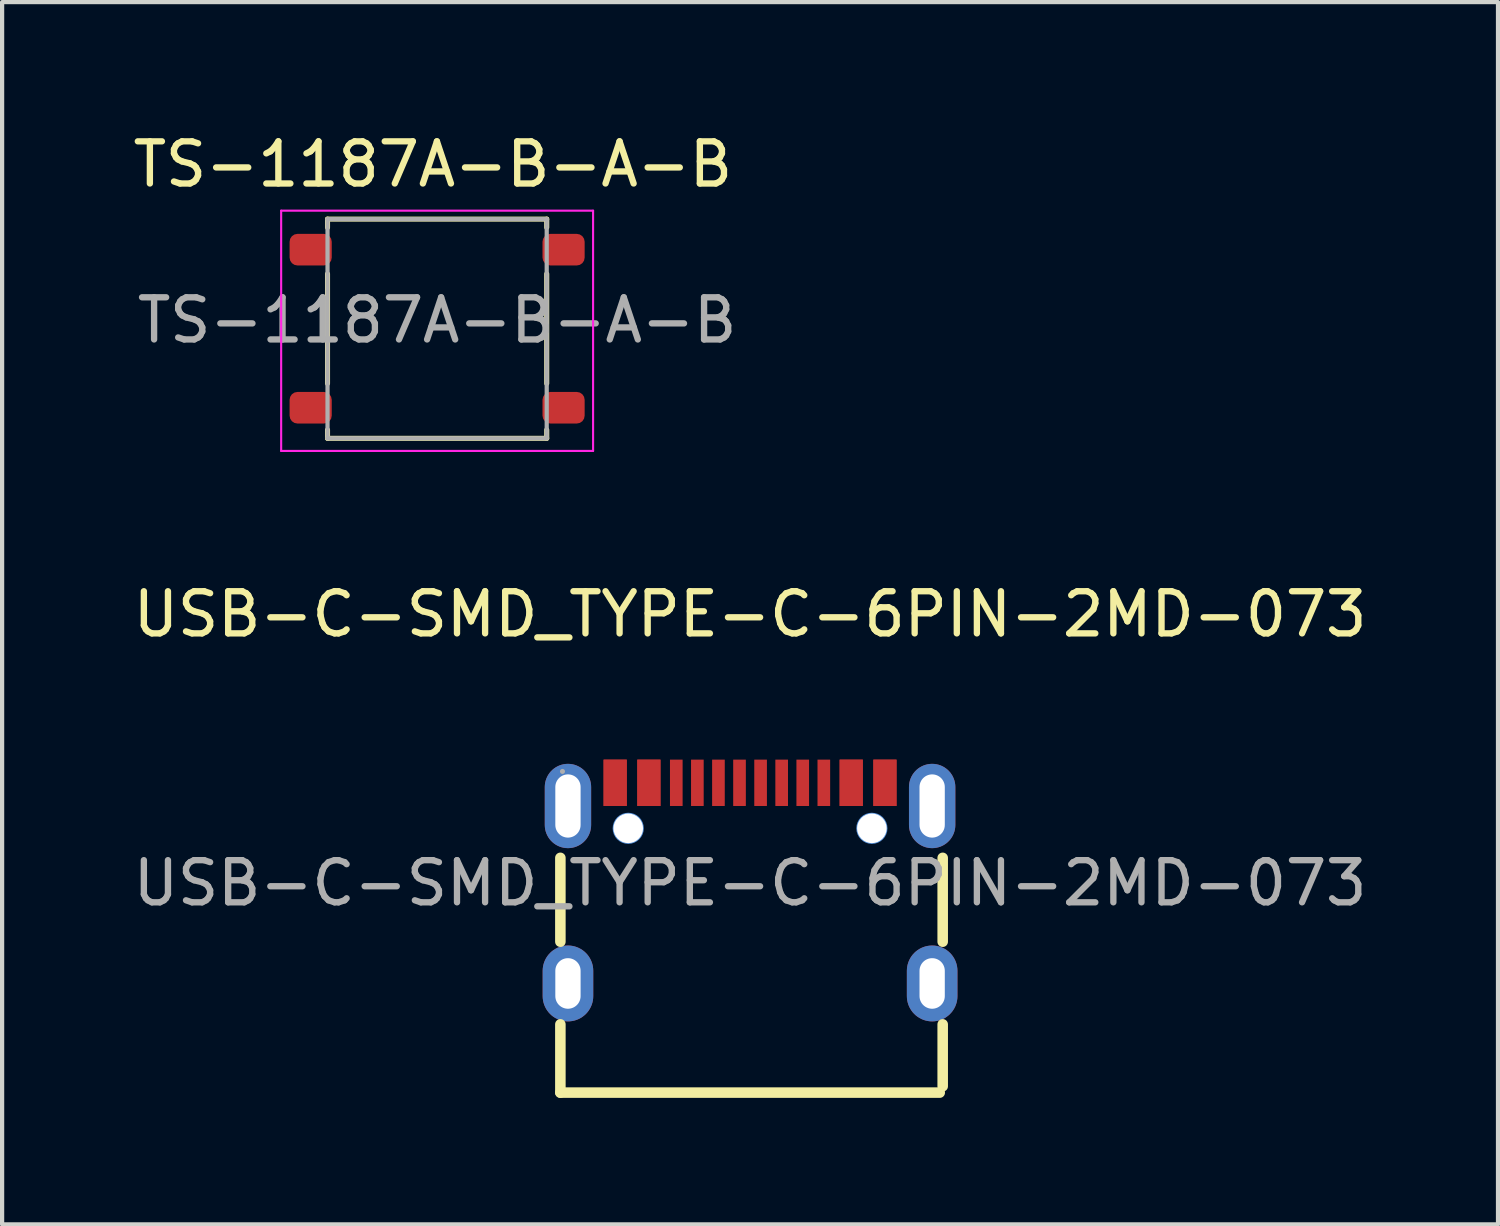
<source format=kicad_pcb>
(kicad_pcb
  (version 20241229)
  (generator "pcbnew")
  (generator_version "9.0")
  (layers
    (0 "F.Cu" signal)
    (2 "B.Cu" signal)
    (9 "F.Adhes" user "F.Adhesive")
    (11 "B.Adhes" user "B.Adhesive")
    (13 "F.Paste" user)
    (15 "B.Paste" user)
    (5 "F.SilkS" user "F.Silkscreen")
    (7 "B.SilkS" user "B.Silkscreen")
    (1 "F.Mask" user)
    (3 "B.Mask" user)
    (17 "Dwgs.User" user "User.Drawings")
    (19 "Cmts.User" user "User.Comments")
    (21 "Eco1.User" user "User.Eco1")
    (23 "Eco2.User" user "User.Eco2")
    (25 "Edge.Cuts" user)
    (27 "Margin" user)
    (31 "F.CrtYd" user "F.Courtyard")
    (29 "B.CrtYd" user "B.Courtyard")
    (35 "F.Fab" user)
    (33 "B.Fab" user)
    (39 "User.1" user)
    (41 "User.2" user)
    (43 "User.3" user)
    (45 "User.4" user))
  (footprint "USB-C-SMD_TYPE-C-6PIN-2MD-073"
    (layer "F.Cu")
    (at 14.744 17.901)
    (property "Reference" "USB-C-SMD_TYPE-C-6PIN-2MD-073" (at 0 -6.38 0) (layer "F.SilkS") (effects (font (size 1 1) (thickness 0.15))))
    (attr smd)
    (fp_line (start -4.5 1.39) (end -4.5 -0.6) (stroke (width 0.25) (type solid)) (layer "F.SilkS"))
    (fp_line (start -4.5 4.97) (end -4.5 3.35) (stroke (width 0.25) (type solid)) (layer "F.SilkS"))
    (fp_line (start 4.5 4.97) (end -4.5 4.97) (stroke (width 0.25) (type solid)) (layer "F.SilkS"))
    (fp_line (start 4.57 1.39) (end 4.57 -0.6) (stroke (width 0.25) (type solid)) (layer "F.SilkS"))
    (fp_line (start 4.57 4.82) (end 4.57 3.35) (stroke (width 0.25) (type solid)) (layer "F.SilkS"))
    (fp_circle (center -2.89 -1.3) (end -2.77 -1.3) (stroke (width 0.25) (type solid)) (fill no) (layer "Cmts.User"))
    (fp_circle (center 2.89 -1.3) (end 3.01 -1.3) (stroke (width 0.25) (type solid)) (fill no) (layer "Cmts.User"))
    (fp_circle (center -4.45 -2.65) (end -4.42 -2.65) (stroke (width 0.06) (type solid)) (fill no) (layer "F.Fab"))
    (fp_text user "${REFERENCE}" (at 0 0 0) (layer "F.Fab") (effects (font (size 1 1) (thickness 0.15))))
    (pad "" thru_hole circle (at -2.89 -1.3) (size 0.7 0.7) (drill 0.7) (layers "*.Cu" "*.Mask"))
    (pad "" thru_hole circle (at 2.89 -1.3) (size 0.7 0.7) (drill 0.7) (layers "*.Cu" "*.Mask"))
    (pad "A1" smd rect (at -3.2 -2.38) (size 0.55 1.1) (layers "F.Cu" "F.Mask" "F.Paste"))
    (pad "A4" smd rect (at -2.4 -2.38) (size 0.55 1.1) (layers "F.Cu" "F.Mask" "F.Paste"))
    (pad "A5" smd rect (at -1.25 -2.38) (size 0.3 1.1) (layers "F.Cu" "F.Mask" "F.Paste"))
    (pad "A6" smd rect (at -0.25 -2.38) (size 0.3 1.1) (layers "F.Cu" "F.Mask" "F.Paste"))
    (pad "A7" smd rect (at 0.25 -2.38) (size 0.3 1.1) (layers "F.Cu" "F.Mask" "F.Paste"))
    (pad "A8" smd rect (at 1.25 -2.38) (size 0.3 1.1) (layers "F.Cu" "F.Mask" "F.Paste"))
    (pad "A9" smd rect (at 2.4 -2.38) (size 0.55 1.1) (layers "F.Cu" "F.Mask" "F.Paste"))
    (pad "A12" smd rect (at 3.2 -2.38) (size 0.55 1.1) (layers "F.Cu" "F.Mask" "F.Paste"))
    (pad "B1" smd rect (at 3.2 -2.38) (size 0.55 1.1) (layers "F.Cu" "F.Mask" "F.Paste"))
    (pad "B4" smd rect (at 2.4 -2.38) (size 0.55 1.1) (layers "F.Cu" "F.Mask" "F.Paste"))
    (pad "B5" smd rect (at 1.75 -2.38) (size 0.3 1.1) (layers "F.Cu" "F.Mask" "F.Paste"))
    (pad "B6" smd rect (at 0.75 -2.38) (size 0.3 1.1) (layers "F.Cu" "F.Mask" "F.Paste"))
    (pad "B7" smd rect (at -0.75 -2.38) (size 0.3 1.1) (layers "F.Cu" "F.Mask" "F.Paste"))
    (pad "B8" smd rect (at -1.75 -2.38) (size 0.3 1.1) (layers "F.Cu" "F.Mask" "F.Paste"))
    (pad "B9" smd rect (at -2.4 -2.38) (size 0.55 1.1) (layers "F.Cu" "F.Mask" "F.Paste"))
    (pad "B12" smd rect (at -3.2 -2.38) (size 0.55 1.1) (layers "F.Cu" "F.Mask" "F.Paste"))
    (pad "S1" thru_hole oval (at -4.32 -1.83) (size 1.1 2) (drill oval 0.6 1.5) (layers "*.Cu" "*.Mask"))
    (pad "S1" thru_hole oval (at -4.32 2.38) (size 1.2 1.8) (drill oval 0.6 1.2) (layers "*.Cu" "*.Mask"))
    (pad "S1" thru_hole oval (at 4.32 -1.83) (size 1.1 2) (drill oval 0.6 1.5) (layers "*.Cu" "*.Mask"))
    (pad "S1" thru_hole oval (at 4.32 2.38) (size 1.2 1.8) (drill oval 0.6 1.2) (layers "*.Cu" "*.Mask")))
  (footprint "TS-1187A-B-A-B"
    (layer "F.Cu")
    (at 7.32 4.748)
    (property "Reference" "TS-1187A-B-A-B" (at -0.1 -3.9 0) (layer "F.SilkS") (effects (font (size 1 1) (thickness 0.15))))
    (attr smd)
    (fp_line (start -2.6 -2.6) (end -2.6 -2.4) (stroke (width 0.12) (type solid)) (layer "F.SilkS"))
    (fp_line (start -2.6 -2.6) (end 2.6 -2.6) (stroke (width 0.12) (type solid)) (layer "F.SilkS"))
    (fp_line (start -2.6 -1.3) (end -2.6 1.3) (stroke (width 0.12) (type solid)) (layer "F.SilkS"))
    (fp_line (start -2.6 2.4) (end -2.6 2.6) (stroke (width 0.12) (type solid)) (layer "F.SilkS"))
    (fp_line (start -2.6 2.6) (end 2.6 2.6) (stroke (width 0.12) (type solid)) (layer "F.SilkS"))
    (fp_line (start 2.6 -2.6) (end 2.6 -2.4) (stroke (width 0.12) (type solid)) (layer "F.SilkS"))
    (fp_line (start 2.6 -1.3) (end 2.6 1.3) (stroke (width 0.12) (type solid)) (layer "F.SilkS"))
    (fp_line (start 2.6 2.6) (end 2.6 2.4) (stroke (width 0.12) (type solid)) (layer "F.SilkS"))
    (fp_line (start -3.7 -2.8) (end 3.7 -2.8) (stroke (width 0.05) (type solid)) (layer "F.CrtYd"))
    (fp_line (start -3.7 2.9) (end -3.7 -2.8) (stroke (width 0.05) (type solid)) (layer "F.CrtYd"))
    (fp_line (start 3.7 -2.8) (end 3.7 2.9) (stroke (width 0.05) (type solid)) (layer "F.CrtYd"))
    (fp_line (start 3.7 2.9) (end -3.7 2.9) (stroke (width 0.05) (type solid)) (layer "F.CrtYd"))
    (fp_line (start -2.6 -2.6) (end 2.6 -2.6) (stroke (width 0.1) (type solid)) (layer "F.Fab"))
    (fp_line (start -2.6 2.6) (end -2.6 -2.6) (stroke (width 0.1) (type solid)) (layer "F.Fab"))
    (fp_line (start 2.6 -2.6) (end 2.6 2.6) (stroke (width 0.1) (type solid)) (layer "F.Fab"))
    (fp_line (start 2.6 2.6) (end -2.6 2.6) (stroke (width 0.1) (type solid)) (layer "F.Fab"))
    (fp_text user "${REFERENCE}" (at 0 -0.2 0) (layer "F.Fab") (effects (font (size 1 1) (thickness 0.15))))
    (pad "1" smd roundrect (at -3 -1.875) (size 1 0.75) (layers "F.Cu" "F.Mask" "F.Paste") (roundrect_rratio 0.25))
    (pad "1" smd roundrect (at 3 -1.875) (size 1 0.75) (layers "F.Cu" "F.Mask" "F.Paste") (roundrect_rratio 0.25))
    (pad "2" smd roundrect (at -3 1.875) (size 1 0.75) (layers "F.Cu" "F.Mask" "F.Paste") (roundrect_rratio 0.25))
    (pad "2" smd roundrect (at 3 1.875) (size 1 0.75) (layers "F.Cu" "F.Mask" "F.Paste") (roundrect_rratio 0.25)))
  (gr_rect
    (start -3 -3)
    (end 32.488 25.997)
    (stroke (width 0.1) (type default))
    (fill no)
    (layer "Edge.Cuts")))
</source>
